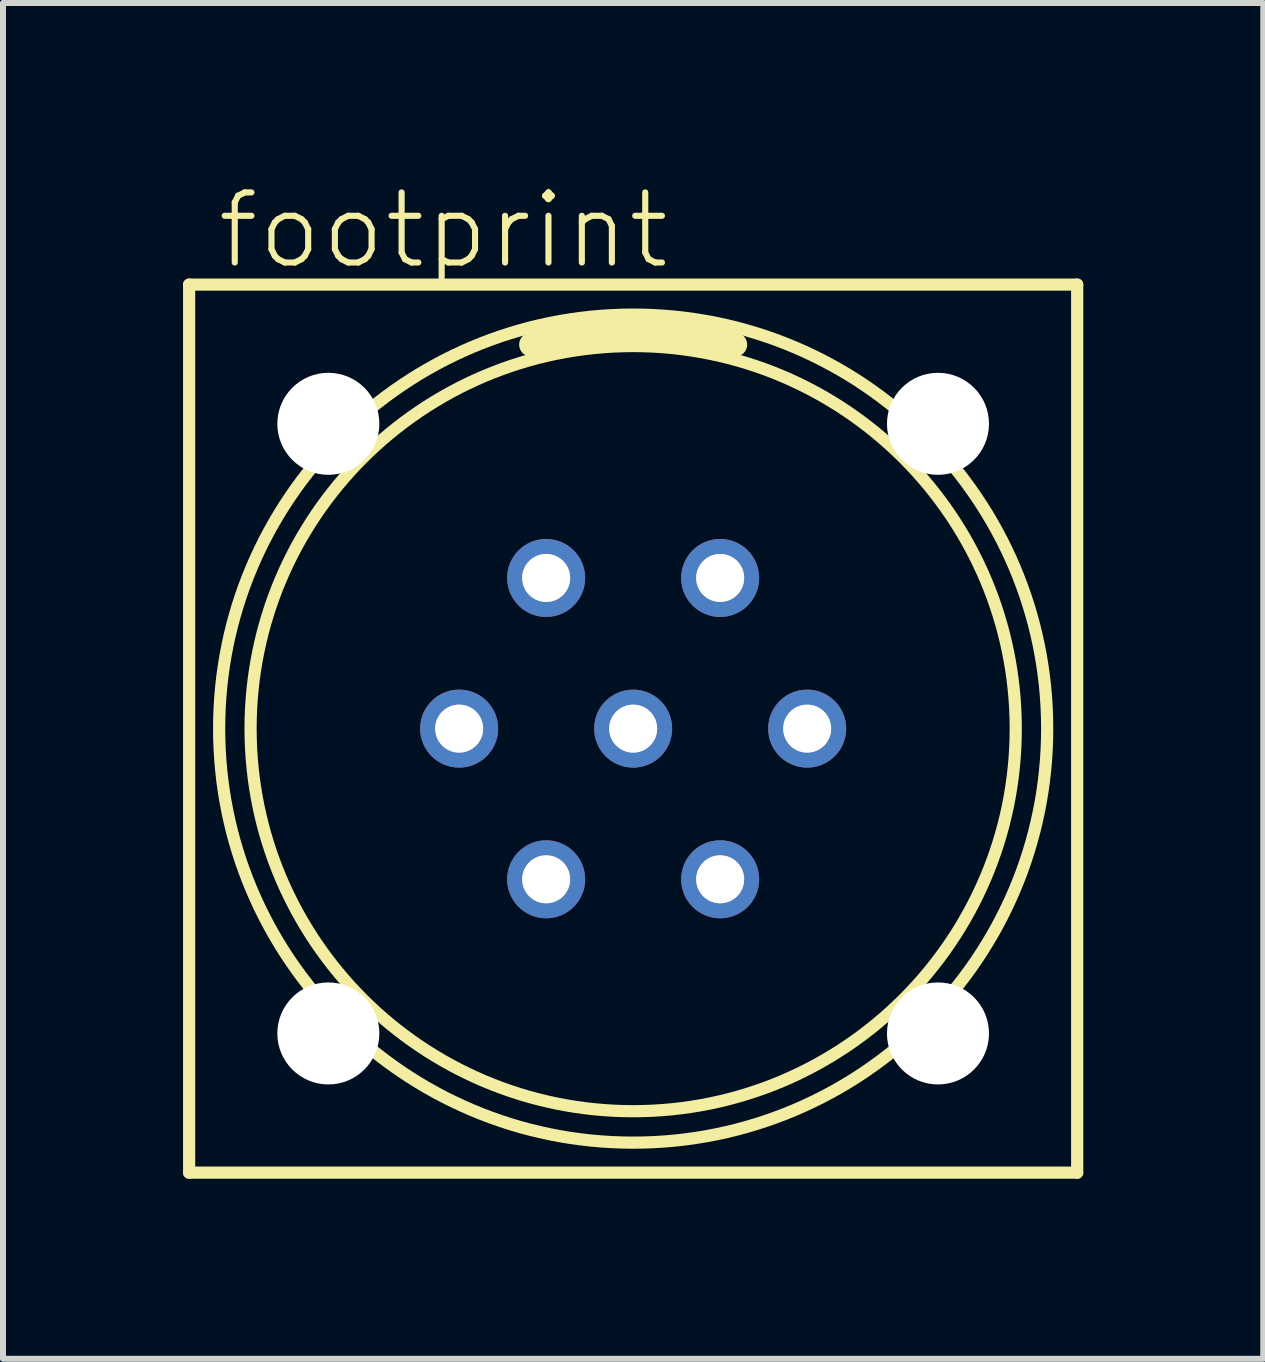
<source format=kicad_pcb>
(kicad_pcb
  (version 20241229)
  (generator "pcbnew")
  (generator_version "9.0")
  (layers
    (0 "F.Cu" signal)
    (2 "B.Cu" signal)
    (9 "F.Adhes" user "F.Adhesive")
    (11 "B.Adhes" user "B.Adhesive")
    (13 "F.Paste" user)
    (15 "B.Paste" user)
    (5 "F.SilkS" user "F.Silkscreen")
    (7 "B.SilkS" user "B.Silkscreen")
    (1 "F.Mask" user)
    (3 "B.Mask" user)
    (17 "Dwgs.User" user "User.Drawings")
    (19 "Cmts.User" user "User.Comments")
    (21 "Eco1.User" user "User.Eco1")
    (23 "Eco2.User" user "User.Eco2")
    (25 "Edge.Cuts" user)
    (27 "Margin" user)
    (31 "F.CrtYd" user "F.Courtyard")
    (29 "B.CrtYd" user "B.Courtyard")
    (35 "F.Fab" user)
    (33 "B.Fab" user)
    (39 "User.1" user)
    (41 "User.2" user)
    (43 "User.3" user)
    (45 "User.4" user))
  (footprint "footprint"
    (layer "F.Cu")
    (at 7.502 9.093)
    (property "Reference" "footprint" (at -6.985 -7.62 0) (layer "F.SilkS") (effects (font (size 1.168 1.168) (thickness 0.102)) (justify left bottom)))
    (fp_line (start -7.4 -7.4) (end 7.4 -7.4) (stroke (width 0.203) (type solid)) (layer "F.SilkS"))
    (fp_line (start -7.4 7.4) (end -7.4 -7.4) (stroke (width 0.203) (type solid)) (layer "F.SilkS"))
    (fp_line (start 7.4 -7.4) (end 7.4 7.4) (stroke (width 0.203) (type solid)) (layer "F.SilkS"))
    (fp_line (start 7.4 7.4) (end -7.4 7.4) (stroke (width 0.203) (type solid)) (layer "F.SilkS"))
    (fp_arc (start -1.7 -6.4) (mid 0 -6.650475) (end 1.700001 -6.4) (stroke (width 0.4) (type solid)) (layer "F.SilkS"))
    (fp_circle (center 0 0) (end 6.376 0) (stroke (width 0.203) (type solid)) (fill no) (layer "F.SilkS"))
    (fp_circle (center 0 0) (end 6.9 0) (stroke (width 0.203) (type solid)) (fill no) (layer "F.SilkS"))
    (fp_circle (center -2.9 0) (end -2.602 0) (stroke (width 0.203) (type solid)) (fill no) (layer "F.Fab"))
    (fp_circle (center -1.45 2.511) (end -1.152 2.511) (stroke (width 0.203) (type solid)) (fill no) (layer "F.Fab"))
    (fp_circle (center -1.45 -2.511) (end -1.151 -2.511) (stroke (width 0.203) (type solid)) (fill no) (layer "F.Fab"))
    (fp_circle (center 0 0) (end 0.298 0) (stroke (width 0.203) (type solid)) (fill no) (layer "F.Fab"))
    (fp_circle (center 1.45 2.511) (end 1.748 2.511) (stroke (width 0.203) (type solid)) (fill no) (layer "F.Fab"))
    (fp_circle (center 1.45 -2.511) (end 1.748 -2.511) (stroke (width 0.203) (type solid)) (fill no) (layer "F.Fab"))
    (fp_circle (center 2.9 0) (end 3.198 0) (stroke (width 0.203) (type solid)) (fill no) (layer "F.Fab"))
    (pad "" np_thru_hole circle (at -5.08 -5.08) (size 1.7 1.7) (drill 1.7) (layers "*.Cu" "*.Mask"))
    (pad "" np_thru_hole circle (at -5.08 5.08) (size 1.7 1.7) (drill 1.7) (layers "*.Cu" "*.Mask"))
    (pad "" np_thru_hole circle (at 5.08 -5.08) (size 1.7 1.7) (drill 1.7) (layers "*.Cu" "*.Mask"))
    (pad "" np_thru_hole circle (at 5.08 5.08) (size 1.7 1.7) (drill 1.7) (layers "*.Cu" "*.Mask"))
    (pad "1" thru_hole circle (at -1.45 -2.511 120) (size 1.3 1.3) (drill 0.8) (layers "*.Cu" "*.Mask"))
    (pad "2" thru_hole circle (at -2.9 0 180) (size 1.3 1.3) (drill 0.8) (layers "*.Cu" "*.Mask"))
    (pad "3" thru_hole circle (at -1.45 2.511 240) (size 1.3 1.3) (drill 0.8) (layers "*.Cu" "*.Mask"))
    (pad "4" thru_hole circle (at 1.45 2.511 300) (size 1.3 1.3) (drill 0.8) (layers "*.Cu" "*.Mask"))
    (pad "5" thru_hole circle (at 2.9 0) (size 1.3 1.3) (drill 0.8) (layers "*.Cu" "*.Mask"))
    (pad "6" thru_hole circle (at 1.45 -2.511 60) (size 1.3 1.3) (drill 0.8) (layers "*.Cu" "*.Mask"))
    (pad "7" thru_hole circle (at 0 0) (size 1.3 1.3) (drill 0.8) (layers "*.Cu" "*.Mask")))
  (gr_rect
    (start -3 -3)
    (end 18.003 19.595)
    (stroke (width 0.1) (type default))
    (fill no)
    (layer "Edge.Cuts")))
</source>
